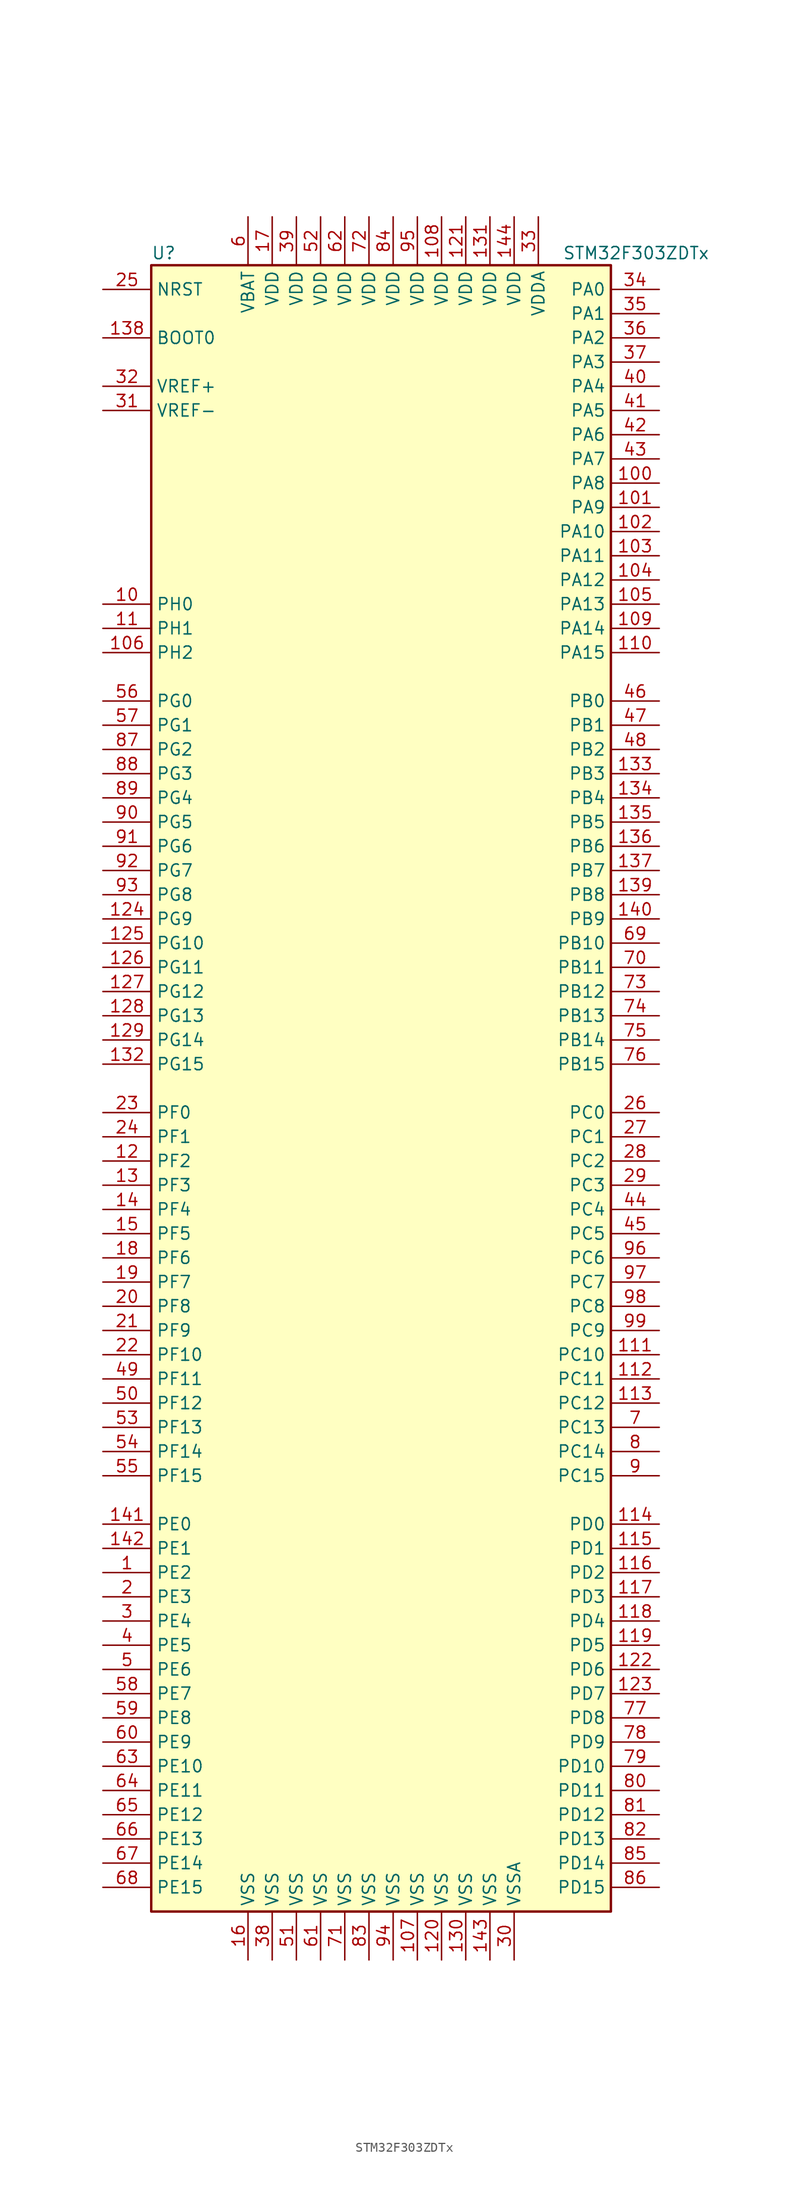
<source format=kicad_sym>
(kicad_symbol_lib
  (version 20201005)
  (generator kicad_symbol_editor)
  (symbol "STM32F303ZDTx"
    (property "Reference" "U"
      (at -25.4 87.63 0)
      (effects (font (size 1.27 1.27)) (justify left)))
    (property "Value" "STM32F303ZDTx"
      (at 17.78 87.63 0)
      (effects (font (size 1.27 1.27)) (justify left)))
    (symbol "STM32F303ZDTx_0_1"
      (rectangle (start -25.4 -86.36) (end 22.86 86.36) (stroke (width 0.254)) (fill (type background))))
    (symbol "STM32F303ZDTx_1_1"
      (pin input line (at -30.48 78.74 0) (length 5.08) (name "BOOT0" (effects (font (size 1.27 1.27)))) (number "138" (effects (font (size 1.27 1.27)))))
      (pin input line (at -30.48 83.82 0) (length 5.08) (name "NRST" (effects (font (size 1.27 1.27)))) (number "25" (effects (font (size 1.27 1.27)))))
      (pin bidirectional line (at 27.94 83.82 180) (length 5.08) (name "PA0" (effects (font (size 1.27 1.27)))) (number "34" (effects (font (size 1.27 1.27)))))
      (pin bidirectional line (at 27.94 81.28 180) (length 5.08) (name "PA1" (effects (font (size 1.27 1.27)))) (number "35" (effects (font (size 1.27 1.27)))))
      (pin bidirectional line (at 27.94 58.42 180) (length 5.08) (name "PA10" (effects (font (size 1.27 1.27)))) (number "102" (effects (font (size 1.27 1.27)))))
      (pin bidirectional line (at 27.94 55.88 180) (length 5.08) (name "PA11" (effects (font (size 1.27 1.27)))) (number "103" (effects (font (size 1.27 1.27)))))
      (pin bidirectional line (at 27.94 53.34 180) (length 5.08) (name "PA12" (effects (font (size 1.27 1.27)))) (number "104" (effects (font (size 1.27 1.27)))))
      (pin bidirectional line (at 27.94 50.8 180) (length 5.08) (name "PA13" (effects (font (size 1.27 1.27)))) (number "105" (effects (font (size 1.27 1.27)))))
      (pin bidirectional line (at 27.94 48.26 180) (length 5.08) (name "PA14" (effects (font (size 1.27 1.27)))) (number "109" (effects (font (size 1.27 1.27)))))
      (pin bidirectional line (at 27.94 45.72 180) (length 5.08) (name "PA15" (effects (font (size 1.27 1.27)))) (number "110" (effects (font (size 1.27 1.27)))))
      (pin bidirectional line (at 27.94 78.74 180) (length 5.08) (name "PA2" (effects (font (size 1.27 1.27)))) (number "36" (effects (font (size 1.27 1.27)))))
      (pin bidirectional line (at 27.94 76.2 180) (length 5.08) (name "PA3" (effects (font (size 1.27 1.27)))) (number "37" (effects (font (size 1.27 1.27)))))
      (pin bidirectional line (at 27.94 73.66 180) (length 5.08) (name "PA4" (effects (font (size 1.27 1.27)))) (number "40" (effects (font (size 1.27 1.27)))))
      (pin bidirectional line (at 27.94 71.12 180) (length 5.08) (name "PA5" (effects (font (size 1.27 1.27)))) (number "41" (effects (font (size 1.27 1.27)))))
      (pin bidirectional line (at 27.94 68.58 180) (length 5.08) (name "PA6" (effects (font (size 1.27 1.27)))) (number "42" (effects (font (size 1.27 1.27)))))
      (pin bidirectional line (at 27.94 66.04 180) (length 5.08) (name "PA7" (effects (font (size 1.27 1.27)))) (number "43" (effects (font (size 1.27 1.27)))))
      (pin bidirectional line (at 27.94 63.5 180) (length 5.08) (name "PA8" (effects (font (size 1.27 1.27)))) (number "100" (effects (font (size 1.27 1.27)))))
      (pin bidirectional line (at 27.94 60.96 180) (length 5.08) (name "PA9" (effects (font (size 1.27 1.27)))) (number "101" (effects (font (size 1.27 1.27)))))
      (pin bidirectional line (at 27.94 40.64 180) (length 5.08) (name "PB0" (effects (font (size 1.27 1.27)))) (number "46" (effects (font (size 1.27 1.27)))))
      (pin bidirectional line (at 27.94 38.1 180) (length 5.08) (name "PB1" (effects (font (size 1.27 1.27)))) (number "47" (effects (font (size 1.27 1.27)))))
      (pin bidirectional line (at 27.94 15.24 180) (length 5.08) (name "PB10" (effects (font (size 1.27 1.27)))) (number "69" (effects (font (size 1.27 1.27)))))
      (pin bidirectional line (at 27.94 12.7 180) (length 5.08) (name "PB11" (effects (font (size 1.27 1.27)))) (number "70" (effects (font (size 1.27 1.27)))))
      (pin bidirectional line (at 27.94 10.16 180) (length 5.08) (name "PB12" (effects (font (size 1.27 1.27)))) (number "73" (effects (font (size 1.27 1.27)))))
      (pin bidirectional line (at 27.94 7.62 180) (length 5.08) (name "PB13" (effects (font (size 1.27 1.27)))) (number "74" (effects (font (size 1.27 1.27)))))
      (pin bidirectional line (at 27.94 5.08 180) (length 5.08) (name "PB14" (effects (font (size 1.27 1.27)))) (number "75" (effects (font (size 1.27 1.27)))))
      (pin bidirectional line (at 27.94 2.54 180) (length 5.08) (name "PB15" (effects (font (size 1.27 1.27)))) (number "76" (effects (font (size 1.27 1.27)))))
      (pin bidirectional line (at 27.94 35.56 180) (length 5.08) (name "PB2" (effects (font (size 1.27 1.27)))) (number "48" (effects (font (size 1.27 1.27)))))
      (pin bidirectional line (at 27.94 33.02 180) (length 5.08) (name "PB3" (effects (font (size 1.27 1.27)))) (number "133" (effects (font (size 1.27 1.27)))))
      (pin bidirectional line (at 27.94 30.48 180) (length 5.08) (name "PB4" (effects (font (size 1.27 1.27)))) (number "134" (effects (font (size 1.27 1.27)))))
      (pin bidirectional line (at 27.94 27.94 180) (length 5.08) (name "PB5" (effects (font (size 1.27 1.27)))) (number "135" (effects (font (size 1.27 1.27)))))
      (pin bidirectional line (at 27.94 25.4 180) (length 5.08) (name "PB6" (effects (font (size 1.27 1.27)))) (number "136" (effects (font (size 1.27 1.27)))))
      (pin bidirectional line (at 27.94 22.86 180) (length 5.08) (name "PB7" (effects (font (size 1.27 1.27)))) (number "137" (effects (font (size 1.27 1.27)))))
      (pin bidirectional line (at 27.94 20.32 180) (length 5.08) (name "PB8" (effects (font (size 1.27 1.27)))) (number "139" (effects (font (size 1.27 1.27)))))
      (pin bidirectional line (at 27.94 17.78 180) (length 5.08) (name "PB9" (effects (font (size 1.27 1.27)))) (number "140" (effects (font (size 1.27 1.27)))))
      (pin bidirectional line (at 27.94 -2.54 180) (length 5.08) (name "PC0" (effects (font (size 1.27 1.27)))) (number "26" (effects (font (size 1.27 1.27)))))
      (pin bidirectional line (at 27.94 -5.08 180) (length 5.08) (name "PC1" (effects (font (size 1.27 1.27)))) (number "27" (effects (font (size 1.27 1.27)))))
      (pin bidirectional line (at 27.94 -27.94 180) (length 5.08) (name "PC10" (effects (font (size 1.27 1.27)))) (number "111" (effects (font (size 1.27 1.27)))))
      (pin bidirectional line (at 27.94 -30.48 180) (length 5.08) (name "PC11" (effects (font (size 1.27 1.27)))) (number "112" (effects (font (size 1.27 1.27)))))
      (pin bidirectional line (at 27.94 -33.02 180) (length 5.08) (name "PC12" (effects (font (size 1.27 1.27)))) (number "113" (effects (font (size 1.27 1.27)))))
      (pin bidirectional line (at 27.94 -35.56 180) (length 5.08) (name "PC13" (effects (font (size 1.27 1.27)))) (number "7" (effects (font (size 1.27 1.27)))))
      (pin bidirectional line (at 27.94 -38.1 180) (length 5.08) (name "PC14" (effects (font (size 1.27 1.27)))) (number "8" (effects (font (size 1.27 1.27)))))
      (pin bidirectional line (at 27.94 -40.64 180) (length 5.08) (name "PC15" (effects (font (size 1.27 1.27)))) (number "9" (effects (font (size 1.27 1.27)))))
      (pin bidirectional line (at 27.94 -7.62 180) (length 5.08) (name "PC2" (effects (font (size 1.27 1.27)))) (number "28" (effects (font (size 1.27 1.27)))))
      (pin bidirectional line (at 27.94 -10.16 180) (length 5.08) (name "PC3" (effects (font (size 1.27 1.27)))) (number "29" (effects (font (size 1.27 1.27)))))
      (pin bidirectional line (at 27.94 -12.7 180) (length 5.08) (name "PC4" (effects (font (size 1.27 1.27)))) (number "44" (effects (font (size 1.27 1.27)))))
      (pin bidirectional line (at 27.94 -15.24 180) (length 5.08) (name "PC5" (effects (font (size 1.27 1.27)))) (number "45" (effects (font (size 1.27 1.27)))))
      (pin bidirectional line (at 27.94 -17.78 180) (length 5.08) (name "PC6" (effects (font (size 1.27 1.27)))) (number "96" (effects (font (size 1.27 1.27)))))
      (pin bidirectional line (at 27.94 -20.32 180) (length 5.08) (name "PC7" (effects (font (size 1.27 1.27)))) (number "97" (effects (font (size 1.27 1.27)))))
      (pin bidirectional line (at 27.94 -22.86 180) (length 5.08) (name "PC8" (effects (font (size 1.27 1.27)))) (number "98" (effects (font (size 1.27 1.27)))))
      (pin bidirectional line (at 27.94 -25.4 180) (length 5.08) (name "PC9" (effects (font (size 1.27 1.27)))) (number "99" (effects (font (size 1.27 1.27)))))
      (pin bidirectional line (at 27.94 -45.72 180) (length 5.08) (name "PD0" (effects (font (size 1.27 1.27)))) (number "114" (effects (font (size 1.27 1.27)))))
      (pin bidirectional line (at 27.94 -48.26 180) (length 5.08) (name "PD1" (effects (font (size 1.27 1.27)))) (number "115" (effects (font (size 1.27 1.27)))))
      (pin bidirectional line (at 27.94 -71.12 180) (length 5.08) (name "PD10" (effects (font (size 1.27 1.27)))) (number "79" (effects (font (size 1.27 1.27)))))
      (pin bidirectional line (at 27.94 -73.66 180) (length 5.08) (name "PD11" (effects (font (size 1.27 1.27)))) (number "80" (effects (font (size 1.27 1.27)))))
      (pin bidirectional line (at 27.94 -76.2 180) (length 5.08) (name "PD12" (effects (font (size 1.27 1.27)))) (number "81" (effects (font (size 1.27 1.27)))))
      (pin bidirectional line (at 27.94 -78.74 180) (length 5.08) (name "PD13" (effects (font (size 1.27 1.27)))) (number "82" (effects (font (size 1.27 1.27)))))
      (pin bidirectional line (at 27.94 -81.28 180) (length 5.08) (name "PD14" (effects (font (size 1.27 1.27)))) (number "85" (effects (font (size 1.27 1.27)))))
      (pin bidirectional line (at 27.94 -83.82 180) (length 5.08) (name "PD15" (effects (font (size 1.27 1.27)))) (number "86" (effects (font (size 1.27 1.27)))))
      (pin bidirectional line (at 27.94 -50.8 180) (length 5.08) (name "PD2" (effects (font (size 1.27 1.27)))) (number "116" (effects (font (size 1.27 1.27)))))
      (pin bidirectional line (at 27.94 -53.34 180) (length 5.08) (name "PD3" (effects (font (size 1.27 1.27)))) (number "117" (effects (font (size 1.27 1.27)))))
      (pin bidirectional line (at 27.94 -55.88 180) (length 5.08) (name "PD4" (effects (font (size 1.27 1.27)))) (number "118" (effects (font (size 1.27 1.27)))))
      (pin bidirectional line (at 27.94 -58.42 180) (length 5.08) (name "PD5" (effects (font (size 1.27 1.27)))) (number "119" (effects (font (size 1.27 1.27)))))
      (pin bidirectional line (at 27.94 -60.96 180) (length 5.08) (name "PD6" (effects (font (size 1.27 1.27)))) (number "122" (effects (font (size 1.27 1.27)))))
      (pin bidirectional line (at 27.94 -63.5 180) (length 5.08) (name "PD7" (effects (font (size 1.27 1.27)))) (number "123" (effects (font (size 1.27 1.27)))))
      (pin bidirectional line (at 27.94 -66.04 180) (length 5.08) (name "PD8" (effects (font (size 1.27 1.27)))) (number "77" (effects (font (size 1.27 1.27)))))
      (pin bidirectional line (at 27.94 -68.58 180) (length 5.08) (name "PD9" (effects (font (size 1.27 1.27)))) (number "78" (effects (font (size 1.27 1.27)))))
      (pin bidirectional line (at -30.48 -45.72 0) (length 5.08) (name "PE0" (effects (font (size 1.27 1.27)))) (number "141" (effects (font (size 1.27 1.27)))))
      (pin bidirectional line (at -30.48 -48.26 0) (length 5.08) (name "PE1" (effects (font (size 1.27 1.27)))) (number "142" (effects (font (size 1.27 1.27)))))
      (pin bidirectional line (at -30.48 -71.12 0) (length 5.08) (name "PE10" (effects (font (size 1.27 1.27)))) (number "63" (effects (font (size 1.27 1.27)))))
      (pin bidirectional line (at -30.48 -73.66 0) (length 5.08) (name "PE11" (effects (font (size 1.27 1.27)))) (number "64" (effects (font (size 1.27 1.27)))))
      (pin bidirectional line (at -30.48 -76.2 0) (length 5.08) (name "PE12" (effects (font (size 1.27 1.27)))) (number "65" (effects (font (size 1.27 1.27)))))
      (pin bidirectional line (at -30.48 -78.74 0) (length 5.08) (name "PE13" (effects (font (size 1.27 1.27)))) (number "66" (effects (font (size 1.27 1.27)))))
      (pin bidirectional line (at -30.48 -81.28 0) (length 5.08) (name "PE14" (effects (font (size 1.27 1.27)))) (number "67" (effects (font (size 1.27 1.27)))))
      (pin bidirectional line (at -30.48 -83.82 0) (length 5.08) (name "PE15" (effects (font (size 1.27 1.27)))) (number "68" (effects (font (size 1.27 1.27)))))
      (pin bidirectional line (at -30.48 -50.8 0) (length 5.08) (name "PE2" (effects (font (size 1.27 1.27)))) (number "1" (effects (font (size 1.27 1.27)))))
      (pin bidirectional line (at -30.48 -53.34 0) (length 5.08) (name "PE3" (effects (font (size 1.27 1.27)))) (number "2" (effects (font (size 1.27 1.27)))))
      (pin bidirectional line (at -30.48 -55.88 0) (length 5.08) (name "PE4" (effects (font (size 1.27 1.27)))) (number "3" (effects (font (size 1.27 1.27)))))
      (pin bidirectional line (at -30.48 -58.42 0) (length 5.08) (name "PE5" (effects (font (size 1.27 1.27)))) (number "4" (effects (font (size 1.27 1.27)))))
      (pin bidirectional line (at -30.48 -60.96 0) (length 5.08) (name "PE6" (effects (font (size 1.27 1.27)))) (number "5" (effects (font (size 1.27 1.27)))))
      (pin bidirectional line (at -30.48 -63.5 0) (length 5.08) (name "PE7" (effects (font (size 1.27 1.27)))) (number "58" (effects (font (size 1.27 1.27)))))
      (pin bidirectional line (at -30.48 -66.04 0) (length 5.08) (name "PE8" (effects (font (size 1.27 1.27)))) (number "59" (effects (font (size 1.27 1.27)))))
      (pin bidirectional line (at -30.48 -68.58 0) (length 5.08) (name "PE9" (effects (font (size 1.27 1.27)))) (number "60" (effects (font (size 1.27 1.27)))))
      (pin input line (at -30.48 -2.54 0) (length 5.08) (name "PF0" (effects (font (size 1.27 1.27)))) (number "23" (effects (font (size 1.27 1.27)))))
      (pin input line (at -30.48 -5.08 0) (length 5.08) (name "PF1" (effects (font (size 1.27 1.27)))) (number "24" (effects (font (size 1.27 1.27)))))
      (pin bidirectional line (at -30.48 -27.94 0) (length 5.08) (name "PF10" (effects (font (size 1.27 1.27)))) (number "22" (effects (font (size 1.27 1.27)))))
      (pin bidirectional line (at -30.48 -30.48 0) (length 5.08) (name "PF11" (effects (font (size 1.27 1.27)))) (number "49" (effects (font (size 1.27 1.27)))))
      (pin bidirectional line (at -30.48 -33.02 0) (length 5.08) (name "PF12" (effects (font (size 1.27 1.27)))) (number "50" (effects (font (size 1.27 1.27)))))
      (pin bidirectional line (at -30.48 -35.56 0) (length 5.08) (name "PF13" (effects (font (size 1.27 1.27)))) (number "53" (effects (font (size 1.27 1.27)))))
      (pin bidirectional line (at -30.48 -38.1 0) (length 5.08) (name "PF14" (effects (font (size 1.27 1.27)))) (number "54" (effects (font (size 1.27 1.27)))))
      (pin bidirectional line (at -30.48 -40.64 0) (length 5.08) (name "PF15" (effects (font (size 1.27 1.27)))) (number "55" (effects (font (size 1.27 1.27)))))
      (pin bidirectional line (at -30.48 -7.62 0) (length 5.08) (name "PF2" (effects (font (size 1.27 1.27)))) (number "12" (effects (font (size 1.27 1.27)))))
      (pin bidirectional line (at -30.48 -10.16 0) (length 5.08) (name "PF3" (effects (font (size 1.27 1.27)))) (number "13" (effects (font (size 1.27 1.27)))))
      (pin bidirectional line (at -30.48 -12.7 0) (length 5.08) (name "PF4" (effects (font (size 1.27 1.27)))) (number "14" (effects (font (size 1.27 1.27)))))
      (pin bidirectional line (at -30.48 -15.24 0) (length 5.08) (name "PF5" (effects (font (size 1.27 1.27)))) (number "15" (effects (font (size 1.27 1.27)))))
      (pin bidirectional line (at -30.48 -17.78 0) (length 5.08) (name "PF6" (effects (font (size 1.27 1.27)))) (number "18" (effects (font (size 1.27 1.27)))))
      (pin bidirectional line (at -30.48 -20.32 0) (length 5.08) (name "PF7" (effects (font (size 1.27 1.27)))) (number "19" (effects (font (size 1.27 1.27)))))
      (pin bidirectional line (at -30.48 -22.86 0) (length 5.08) (name "PF8" (effects (font (size 1.27 1.27)))) (number "20" (effects (font (size 1.27 1.27)))))
      (pin bidirectional line (at -30.48 -25.4 0) (length 5.08) (name "PF9" (effects (font (size 1.27 1.27)))) (number "21" (effects (font (size 1.27 1.27)))))
      (pin bidirectional line (at -30.48 40.64 0) (length 5.08) (name "PG0" (effects (font (size 1.27 1.27)))) (number "56" (effects (font (size 1.27 1.27)))))
      (pin bidirectional line (at -30.48 38.1 0) (length 5.08) (name "PG1" (effects (font (size 1.27 1.27)))) (number "57" (effects (font (size 1.27 1.27)))))
      (pin bidirectional line (at -30.48 15.24 0) (length 5.08) (name "PG10" (effects (font (size 1.27 1.27)))) (number "125" (effects (font (size 1.27 1.27)))))
      (pin bidirectional line (at -30.48 12.7 0) (length 5.08) (name "PG11" (effects (font (size 1.27 1.27)))) (number "126" (effects (font (size 1.27 1.27)))))
      (pin bidirectional line (at -30.48 10.16 0) (length 5.08) (name "PG12" (effects (font (size 1.27 1.27)))) (number "127" (effects (font (size 1.27 1.27)))))
      (pin bidirectional line (at -30.48 7.62 0) (length 5.08) (name "PG13" (effects (font (size 1.27 1.27)))) (number "128" (effects (font (size 1.27 1.27)))))
      (pin bidirectional line (at -30.48 5.08 0) (length 5.08) (name "PG14" (effects (font (size 1.27 1.27)))) (number "129" (effects (font (size 1.27 1.27)))))
      (pin bidirectional line (at -30.48 2.54 0) (length 5.08) (name "PG15" (effects (font (size 1.27 1.27)))) (number "132" (effects (font (size 1.27 1.27)))))
      (pin bidirectional line (at -30.48 35.56 0) (length 5.08) (name "PG2" (effects (font (size 1.27 1.27)))) (number "87" (effects (font (size 1.27 1.27)))))
      (pin bidirectional line (at -30.48 33.02 0) (length 5.08) (name "PG3" (effects (font (size 1.27 1.27)))) (number "88" (effects (font (size 1.27 1.27)))))
      (pin bidirectional line (at -30.48 30.48 0) (length 5.08) (name "PG4" (effects (font (size 1.27 1.27)))) (number "89" (effects (font (size 1.27 1.27)))))
      (pin bidirectional line (at -30.48 27.94 0) (length 5.08) (name "PG5" (effects (font (size 1.27 1.27)))) (number "90" (effects (font (size 1.27 1.27)))))
      (pin bidirectional line (at -30.48 25.4 0) (length 5.08) (name "PG6" (effects (font (size 1.27 1.27)))) (number "91" (effects (font (size 1.27 1.27)))))
      (pin bidirectional line (at -30.48 22.86 0) (length 5.08) (name "PG7" (effects (font (size 1.27 1.27)))) (number "92" (effects (font (size 1.27 1.27)))))
      (pin bidirectional line (at -30.48 20.32 0) (length 5.08) (name "PG8" (effects (font (size 1.27 1.27)))) (number "93" (effects (font (size 1.27 1.27)))))
      (pin bidirectional line (at -30.48 17.78 0) (length 5.08) (name "PG9" (effects (font (size 1.27 1.27)))) (number "124" (effects (font (size 1.27 1.27)))))
      (pin bidirectional line (at -30.48 50.8 0) (length 5.08) (name "PH0" (effects (font (size 1.27 1.27)))) (number "10" (effects (font (size 1.27 1.27)))))
      (pin bidirectional line (at -30.48 48.26 0) (length 5.08) (name "PH1" (effects (font (size 1.27 1.27)))) (number "11" (effects (font (size 1.27 1.27)))))
      (pin bidirectional line (at -30.48 45.72 0) (length 5.08) (name "PH2" (effects (font (size 1.27 1.27)))) (number "106" (effects (font (size 1.27 1.27)))))
      (pin power_in line (at -15.24 91.44 270) (length 5.08) (name "VBAT" (effects (font (size 1.27 1.27)))) (number "6" (effects (font (size 1.27 1.27)))))
      (pin power_in line (at 5.08 91.44 270) (length 5.08) (name "VDD" (effects (font (size 1.27 1.27)))) (number "108" (effects (font (size 1.27 1.27)))))
      (pin power_in line (at 7.62 91.44 270) (length 5.08) (name "VDD" (effects (font (size 1.27 1.27)))) (number "121" (effects (font (size 1.27 1.27)))))
      (pin power_in line (at 10.16 91.44 270) (length 5.08) (name "VDD" (effects (font (size 1.27 1.27)))) (number "131" (effects (font (size 1.27 1.27)))))
      (pin power_in line (at 12.7 91.44 270) (length 5.08) (name "VDD" (effects (font (size 1.27 1.27)))) (number "144" (effects (font (size 1.27 1.27)))))
      (pin power_in line (at -12.7 91.44 270) (length 5.08) (name "VDD" (effects (font (size 1.27 1.27)))) (number "17" (effects (font (size 1.27 1.27)))))
      (pin power_in line (at -10.16 91.44 270) (length 5.08) (name "VDD" (effects (font (size 1.27 1.27)))) (number "39" (effects (font (size 1.27 1.27)))))
      (pin power_in line (at -7.62 91.44 270) (length 5.08) (name "VDD" (effects (font (size 1.27 1.27)))) (number "52" (effects (font (size 1.27 1.27)))))
      (pin power_in line (at -5.08 91.44 270) (length 5.08) (name "VDD" (effects (font (size 1.27 1.27)))) (number "62" (effects (font (size 1.27 1.27)))))
      (pin power_in line (at -2.54 91.44 270) (length 5.08) (name "VDD" (effects (font (size 1.27 1.27)))) (number "72" (effects (font (size 1.27 1.27)))))
      (pin power_in line (at 0 91.44 270) (length 5.08) (name "VDD" (effects (font (size 1.27 1.27)))) (number "84" (effects (font (size 1.27 1.27)))))
      (pin power_in line (at 2.54 91.44 270) (length 5.08) (name "VDD" (effects (font (size 1.27 1.27)))) (number "95" (effects (font (size 1.27 1.27)))))
      (pin power_in line (at 15.24 91.44 270) (length 5.08) (name "VDDA" (effects (font (size 1.27 1.27)))) (number "33" (effects (font (size 1.27 1.27)))))
      (pin power_in line (at -30.48 73.66 0) (length 5.08) (name "VREF+" (effects (font (size 1.27 1.27)))) (number "32" (effects (font (size 1.27 1.27)))))
      (pin power_in line (at -30.48 71.12 0) (length 5.08) (name "VREF-" (effects (font (size 1.27 1.27)))) (number "31" (effects (font (size 1.27 1.27)))))
      (pin power_in line (at 2.54 -91.44 90) (length 5.08) (name "VSS" (effects (font (size 1.27 1.27)))) (number "107" (effects (font (size 1.27 1.27)))))
      (pin power_in line (at 5.08 -91.44 90) (length 5.08) (name "VSS" (effects (font (size 1.27 1.27)))) (number "120" (effects (font (size 1.27 1.27)))))
      (pin power_in line (at 7.62 -91.44 90) (length 5.08) (name "VSS" (effects (font (size 1.27 1.27)))) (number "130" (effects (font (size 1.27 1.27)))))
      (pin power_in line (at 10.16 -91.44 90) (length 5.08) (name "VSS" (effects (font (size 1.27 1.27)))) (number "143" (effects (font (size 1.27 1.27)))))
      (pin power_in line (at -15.24 -91.44 90) (length 5.08) (name "VSS" (effects (font (size 1.27 1.27)))) (number "16" (effects (font (size 1.27 1.27)))))
      (pin power_in line (at -12.7 -91.44 90) (length 5.08) (name "VSS" (effects (font (size 1.27 1.27)))) (number "38" (effects (font (size 1.27 1.27)))))
      (pin power_in line (at -10.16 -91.44 90) (length 5.08) (name "VSS" (effects (font (size 1.27 1.27)))) (number "51" (effects (font (size 1.27 1.27)))))
      (pin power_in line (at -7.62 -91.44 90) (length 5.08) (name "VSS" (effects (font (size 1.27 1.27)))) (number "61" (effects (font (size 1.27 1.27)))))
      (pin power_in line (at -5.08 -91.44 90) (length 5.08) (name "VSS" (effects (font (size 1.27 1.27)))) (number "71" (effects (font (size 1.27 1.27)))))
      (pin power_in line (at -2.54 -91.44 90) (length 5.08) (name "VSS" (effects (font (size 1.27 1.27)))) (number "83" (effects (font (size 1.27 1.27)))))
      (pin power_in line (at 0 -91.44 90) (length 5.08) (name "VSS" (effects (font (size 1.27 1.27)))) (number "94" (effects (font (size 1.27 1.27)))))
      (pin power_in line (at 12.7 -91.44 90) (length 5.08) (name "VSSA" (effects (font (size 1.27 1.27)))) (number "30" (effects (font (size 1.27 1.27))))))))
</source>
